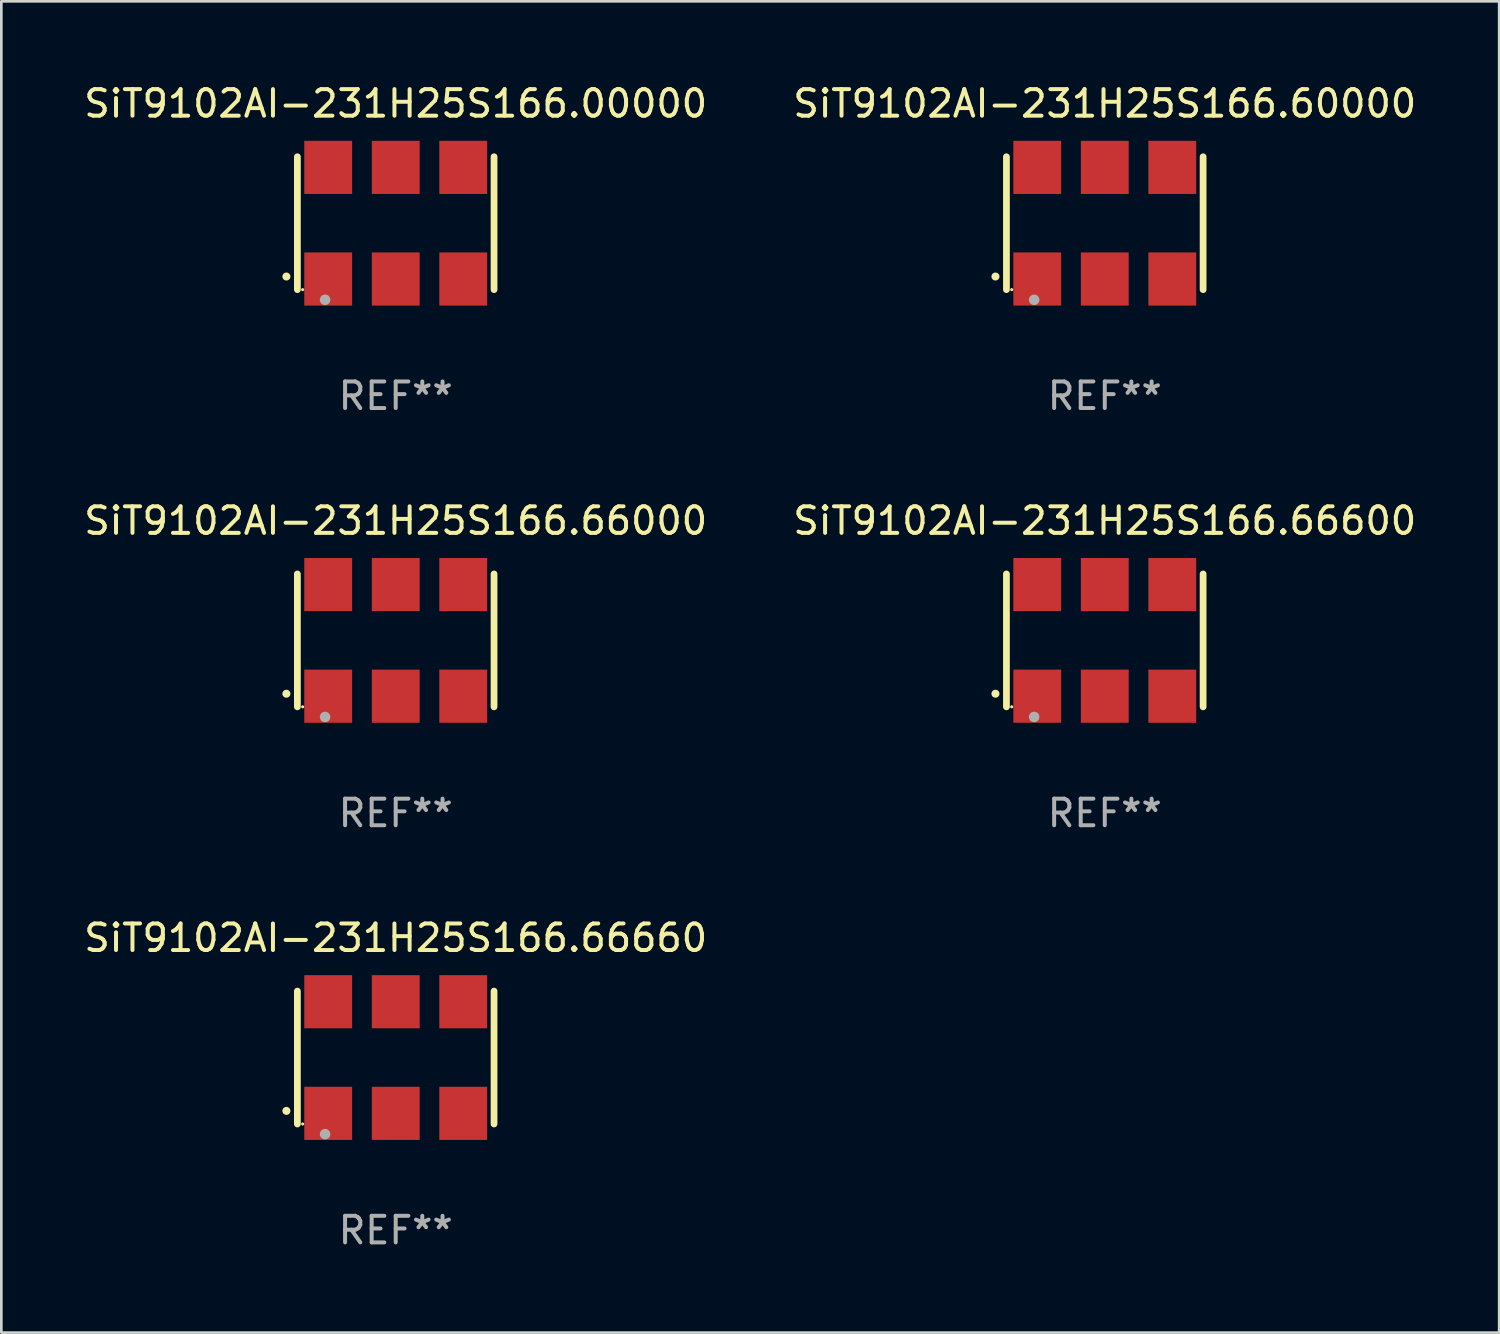
<source format=kicad_pcb>
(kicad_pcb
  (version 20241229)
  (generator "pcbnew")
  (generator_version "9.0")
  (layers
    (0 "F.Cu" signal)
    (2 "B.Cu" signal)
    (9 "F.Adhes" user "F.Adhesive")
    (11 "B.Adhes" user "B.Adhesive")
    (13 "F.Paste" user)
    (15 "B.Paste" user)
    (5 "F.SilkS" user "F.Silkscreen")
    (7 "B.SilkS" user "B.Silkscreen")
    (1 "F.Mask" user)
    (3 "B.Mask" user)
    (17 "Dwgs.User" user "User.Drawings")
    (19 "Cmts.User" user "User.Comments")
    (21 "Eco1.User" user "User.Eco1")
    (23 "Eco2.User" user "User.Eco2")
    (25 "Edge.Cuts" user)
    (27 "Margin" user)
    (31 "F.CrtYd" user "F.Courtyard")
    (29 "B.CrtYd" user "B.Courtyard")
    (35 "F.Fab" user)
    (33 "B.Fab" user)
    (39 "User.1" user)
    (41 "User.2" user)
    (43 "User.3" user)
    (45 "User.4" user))
  (footprint "SiT9102AI-231H25S166.00000"
    (layer "F.Cu")
    (at 11.839 5.348)
    (property "Reference" "SiT9102AI-231H25S166.00000" (at 0 -4.5 0) (layer "F.SilkS") (effects (font (size 1 1) (thickness 0.15))))
    (attr through_hole)
    (fp_line (start -3.7 -2.5) (end -3.7 2.5) (stroke (width 0.254) (type solid)) (layer "F.SilkS"))
    (fp_line (start 3.7 -2.5) (end 3.7 2.5) (stroke (width 0.254) (type solid)) (layer "F.SilkS"))
    (fp_arc (start -4.114415 2.006604) (mid -4.113145 2.006599) (end -4.111875 2.006604) (stroke (width 0.3) (type solid)) (layer "F.SilkS"))
    (fp_circle (center -3.502 2.5) (end -3.472 2.5) (stroke (width 0.06) (type solid)) (fill no) (layer "F.SilkS"))
    (fp_circle (center -2.657 2.882) (end -2.557 2.882) (stroke (width 0.2) (type solid)) (fill no) (layer "F.Fab"))
    (fp_text user "REF**" (at 0 6.5 0) (layer "F.Fab") (effects (font (size 1 1) (thickness 0.15))))
    (pad "1" smd rect (at -2.54 2.1) (size 1.8 2) (layers "F.Cu" "F.Mask" "F.Paste"))
    (pad "2" smd rect (at 0.000394 2.1) (size 1.8 2) (layers "F.Cu" "F.Mask" "F.Paste"))
    (pad "3" smd rect (at 2.54 2.1) (size 1.8 2) (layers "F.Cu" "F.Mask" "F.Paste"))
    (pad "4" smd rect (at 2.54 -2.1) (size 1.8 2) (layers "F.Cu" "F.Mask" "F.Paste"))
    (pad "5" smd rect (at 0.000394 -2.1) (size 1.8 2) (layers "F.Cu" "F.Mask" "F.Paste"))
    (pad "6" smd rect (at -2.54 -2.1) (size 1.8 2) (layers "F.Cu" "F.Mask" "F.Paste")))
  (footprint "SiT9102AI-231H25S166.66660"
    (layer "F.Cu")
    (at 11.839 36.741)
    (property "Reference" "SiT9102AI-231H25S166.66660" (at 0 -4.5 0) (layer "F.SilkS") (effects (font (size 1 1) (thickness 0.15))))
    (attr through_hole)
    (fp_line (start -3.7 -2.5) (end -3.7 2.5) (stroke (width 0.254) (type solid)) (layer "F.SilkS"))
    (fp_line (start 3.7 -2.5) (end 3.7 2.5) (stroke (width 0.254) (type solid)) (layer "F.SilkS"))
    (fp_arc (start -4.114415 2.006604) (mid -4.113145 2.006599) (end -4.111875 2.006604) (stroke (width 0.3) (type solid)) (layer "F.SilkS"))
    (fp_circle (center -3.502 2.5) (end -3.472 2.5) (stroke (width 0.06) (type solid)) (fill no) (layer "F.SilkS"))
    (fp_circle (center -2.657 2.882) (end -2.557 2.882) (stroke (width 0.2) (type solid)) (fill no) (layer "F.Fab"))
    (fp_text user "REF**" (at 0 6.5 0) (layer "F.Fab") (effects (font (size 1 1) (thickness 0.15))))
    (pad "1" smd rect (at -2.54 2.1) (size 1.8 2) (layers "F.Cu" "F.Mask" "F.Paste"))
    (pad "2" smd rect (at 0.000394 2.1) (size 1.8 2) (layers "F.Cu" "F.Mask" "F.Paste"))
    (pad "3" smd rect (at 2.54 2.1) (size 1.8 2) (layers "F.Cu" "F.Mask" "F.Paste"))
    (pad "4" smd rect (at 2.54 -2.1) (size 1.8 2) (layers "F.Cu" "F.Mask" "F.Paste"))
    (pad "5" smd rect (at 0.000394 -2.1) (size 1.8 2) (layers "F.Cu" "F.Mask" "F.Paste"))
    (pad "6" smd rect (at -2.54 -2.1) (size 1.8 2) (layers "F.Cu" "F.Mask" "F.Paste")))
  (footprint "SiT9102AI-231H25S166.60000"
    (layer "F.Cu")
    (at 38.518 5.348)
    (property "Reference" "SiT9102AI-231H25S166.60000" (at 0 -4.5 0) (layer "F.SilkS") (effects (font (size 1 1) (thickness 0.15))))
    (attr through_hole)
    (fp_line (start -3.7 -2.5) (end -3.7 2.5) (stroke (width 0.254) (type solid)) (layer "F.SilkS"))
    (fp_line (start 3.7 -2.5) (end 3.7 2.5) (stroke (width 0.254) (type solid)) (layer "F.SilkS"))
    (fp_arc (start -4.114415 2.006604) (mid -4.113145 2.006599) (end -4.111875 2.006604) (stroke (width 0.3) (type solid)) (layer "F.SilkS"))
    (fp_circle (center -3.502 2.5) (end -3.472 2.5) (stroke (width 0.06) (type solid)) (fill no) (layer "F.SilkS"))
    (fp_circle (center -2.657 2.882) (end -2.557 2.882) (stroke (width 0.2) (type solid)) (fill no) (layer "F.Fab"))
    (fp_text user "REF**" (at 0 6.5 0) (layer "F.Fab") (effects (font (size 1 1) (thickness 0.15))))
    (pad "1" smd rect (at -2.54 2.1) (size 1.8 2) (layers "F.Cu" "F.Mask" "F.Paste"))
    (pad "2" smd rect (at 0.000394 2.1) (size 1.8 2) (layers "F.Cu" "F.Mask" "F.Paste"))
    (pad "3" smd rect (at 2.54 2.1) (size 1.8 2) (layers "F.Cu" "F.Mask" "F.Paste"))
    (pad "4" smd rect (at 2.54 -2.1) (size 1.8 2) (layers "F.Cu" "F.Mask" "F.Paste"))
    (pad "5" smd rect (at 0.000394 -2.1) (size 1.8 2) (layers "F.Cu" "F.Mask" "F.Paste"))
    (pad "6" smd rect (at -2.54 -2.1) (size 1.8 2) (layers "F.Cu" "F.Mask" "F.Paste")))
  (footprint "SiT9102AI-231H25S166.66600"
    (layer "F.Cu")
    (at 38.518 21.045)
    (property "Reference" "SiT9102AI-231H25S166.66600" (at 0 -4.5 0) (layer "F.SilkS") (effects (font (size 1 1) (thickness 0.15))))
    (attr through_hole)
    (fp_line (start -3.7 -2.5) (end -3.7 2.5) (stroke (width 0.254) (type solid)) (layer "F.SilkS"))
    (fp_line (start 3.7 -2.5) (end 3.7 2.5) (stroke (width 0.254) (type solid)) (layer "F.SilkS"))
    (fp_arc (start -4.114415 2.006604) (mid -4.113145 2.006599) (end -4.111875 2.006604) (stroke (width 0.3) (type solid)) (layer "F.SilkS"))
    (fp_circle (center -3.502 2.5) (end -3.472 2.5) (stroke (width 0.06) (type solid)) (fill no) (layer "F.SilkS"))
    (fp_circle (center -2.657 2.882) (end -2.557 2.882) (stroke (width 0.2) (type solid)) (fill no) (layer "F.Fab"))
    (fp_text user "REF**" (at 0 6.5 0) (layer "F.Fab") (effects (font (size 1 1) (thickness 0.15))))
    (pad "1" smd rect (at -2.54 2.1) (size 1.8 2) (layers "F.Cu" "F.Mask" "F.Paste"))
    (pad "2" smd rect (at 0.000394 2.1) (size 1.8 2) (layers "F.Cu" "F.Mask" "F.Paste"))
    (pad "3" smd rect (at 2.54 2.1) (size 1.8 2) (layers "F.Cu" "F.Mask" "F.Paste"))
    (pad "4" smd rect (at 2.54 -2.1) (size 1.8 2) (layers "F.Cu" "F.Mask" "F.Paste"))
    (pad "5" smd rect (at 0.000394 -2.1) (size 1.8 2) (layers "F.Cu" "F.Mask" "F.Paste"))
    (pad "6" smd rect (at -2.54 -2.1) (size 1.8 2) (layers "F.Cu" "F.Mask" "F.Paste")))
  (footprint "SiT9102AI-231H25S166.66000"
    (layer "F.Cu")
    (at 11.839 21.045)
    (property "Reference" "SiT9102AI-231H25S166.66000" (at 0 -4.5 0) (layer "F.SilkS") (effects (font (size 1 1) (thickness 0.15))))
    (attr through_hole)
    (fp_line (start -3.7 -2.5) (end -3.7 2.5) (stroke (width 0.254) (type solid)) (layer "F.SilkS"))
    (fp_line (start 3.7 -2.5) (end 3.7 2.5) (stroke (width 0.254) (type solid)) (layer "F.SilkS"))
    (fp_arc (start -4.114415 2.006604) (mid -4.113145 2.006599) (end -4.111875 2.006604) (stroke (width 0.3) (type solid)) (layer "F.SilkS"))
    (fp_circle (center -3.502 2.5) (end -3.472 2.5) (stroke (width 0.06) (type solid)) (fill no) (layer "F.SilkS"))
    (fp_circle (center -2.657 2.882) (end -2.557 2.882) (stroke (width 0.2) (type solid)) (fill no) (layer "F.Fab"))
    (fp_text user "REF**" (at 0 6.5 0) (layer "F.Fab") (effects (font (size 1 1) (thickness 0.15))))
    (pad "1" smd rect (at -2.54 2.1) (size 1.8 2) (layers "F.Cu" "F.Mask" "F.Paste"))
    (pad "2" smd rect (at 0.000394 2.1) (size 1.8 2) (layers "F.Cu" "F.Mask" "F.Paste"))
    (pad "3" smd rect (at 2.54 2.1) (size 1.8 2) (layers "F.Cu" "F.Mask" "F.Paste"))
    (pad "4" smd rect (at 2.54 -2.1) (size 1.8 2) (layers "F.Cu" "F.Mask" "F.Paste"))
    (pad "5" smd rect (at 0.000394 -2.1) (size 1.8 2) (layers "F.Cu" "F.Mask" "F.Paste"))
    (pad "6" smd rect (at -2.54 -2.1) (size 1.8 2) (layers "F.Cu" "F.Mask" "F.Paste")))
  (gr_rect
    (start -3 -3)
    (end 53.357 47.09)
    (stroke (width 0.1) (type default))
    (fill no)
    (layer "Edge.Cuts")))
</source>
